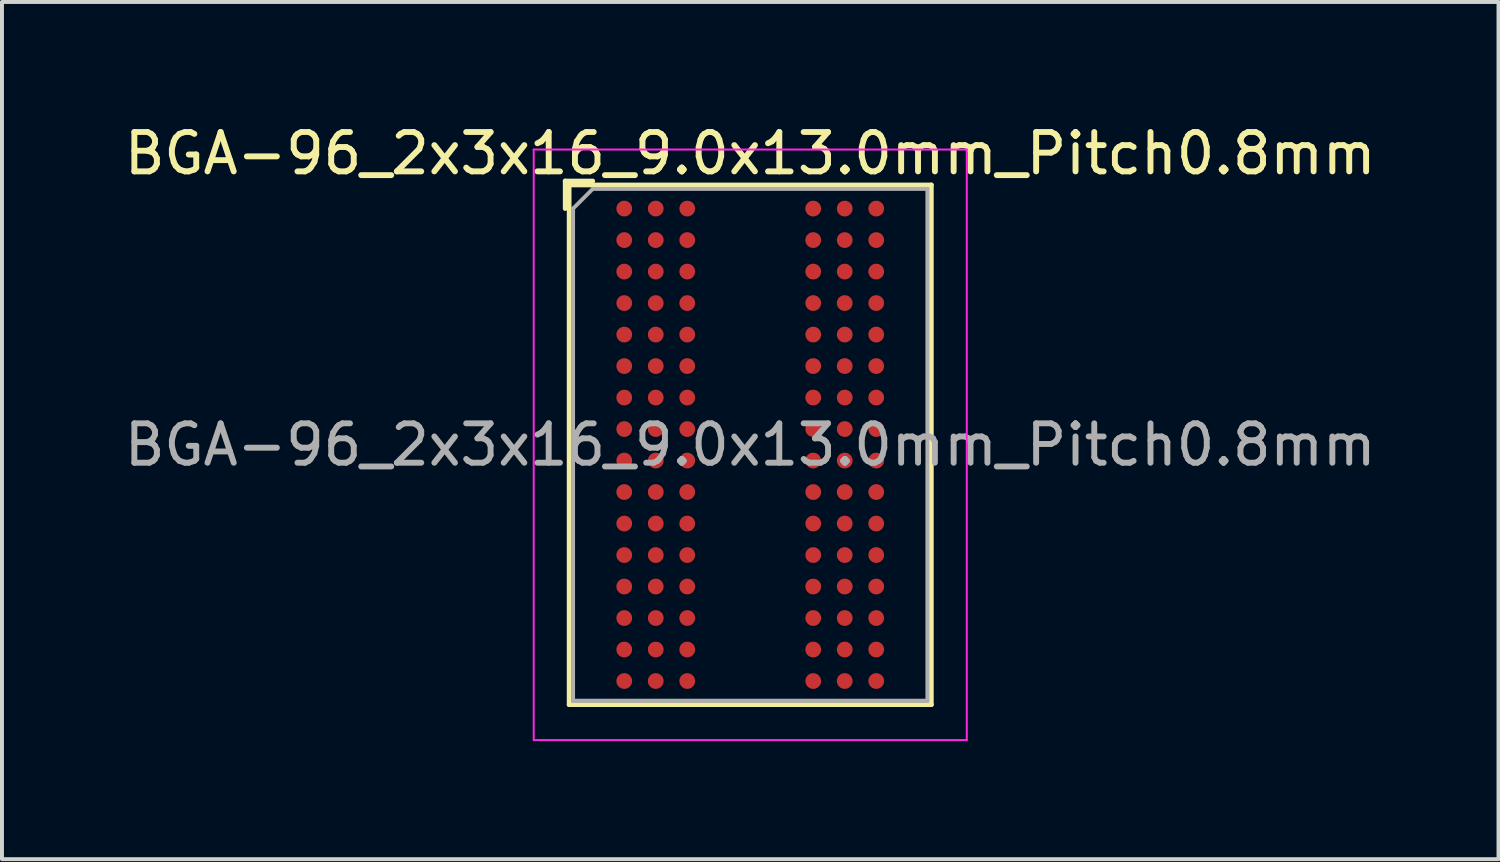
<source format=kicad_pcb>
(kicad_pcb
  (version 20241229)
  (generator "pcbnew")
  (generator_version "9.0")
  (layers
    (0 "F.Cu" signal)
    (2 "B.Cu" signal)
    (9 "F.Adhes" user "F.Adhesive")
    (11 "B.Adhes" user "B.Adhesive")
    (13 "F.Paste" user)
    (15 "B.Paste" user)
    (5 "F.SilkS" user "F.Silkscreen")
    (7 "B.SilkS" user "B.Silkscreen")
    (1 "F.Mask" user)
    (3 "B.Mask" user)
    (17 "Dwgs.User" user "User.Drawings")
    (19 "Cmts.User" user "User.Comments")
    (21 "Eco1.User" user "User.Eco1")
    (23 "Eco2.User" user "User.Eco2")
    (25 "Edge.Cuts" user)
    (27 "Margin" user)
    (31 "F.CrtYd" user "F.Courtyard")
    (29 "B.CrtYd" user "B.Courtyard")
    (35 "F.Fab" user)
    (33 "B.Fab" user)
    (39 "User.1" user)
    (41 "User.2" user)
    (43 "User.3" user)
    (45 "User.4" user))
  (footprint "BGA-96_2x3x16_9.0x13.0mm_Pitch0.8mm"
    (layer "F.Cu")
    (at 16.006 8.248)
    (property "Reference" "BGA-96_2x3x16_9.0x13.0mm_Pitch0.8mm" (at 0 -7.4 0) (layer "F.SilkS") (effects (font (size 1 1) (thickness 0.15))))
    (attr smd)
    (fp_line (start -4.7 -6.7) (end -4.7 -6) (stroke (width 0.12) (type solid)) (layer "F.SilkS"))
    (fp_line (start -4.6 -6.6) (end -4.6 6.6) (stroke (width 0.12) (type solid)) (layer "F.SilkS"))
    (fp_line (start -4.6 6.6) (end 4.6 6.6) (stroke (width 0.12) (type solid)) (layer "F.SilkS"))
    (fp_line (start -4 -6.7) (end -4.7 -6.7) (stroke (width 0.12) (type solid)) (layer "F.SilkS"))
    (fp_line (start 4.6 -6.6) (end -4.6 -6.6) (stroke (width 0.12) (type solid)) (layer "F.SilkS"))
    (fp_line (start 4.6 6.6) (end 4.6 -6.6) (stroke (width 0.12) (type solid)) (layer "F.SilkS"))
    (fp_line (start -5.5 -7.5) (end -5.5 7.5) (stroke (width 0.05) (type solid)) (layer "F.CrtYd"))
    (fp_line (start -5.5 -7.5) (end 5.5 -7.5) (stroke (width 0.05) (type solid)) (layer "F.CrtYd"))
    (fp_line (start 5.5 7.5) (end -5.5 7.5) (stroke (width 0.05) (type solid)) (layer "F.CrtYd"))
    (fp_line (start 5.5 7.5) (end 5.5 -7.5) (stroke (width 0.05) (type solid)) (layer "F.CrtYd"))
    (fp_line (start -4.5 -6) (end -4.5 6.5) (stroke (width 0.1) (type solid)) (layer "F.Fab"))
    (fp_line (start -4.5 6.5) (end 4.5 6.5) (stroke (width 0.1) (type solid)) (layer "F.Fab"))
    (fp_line (start -4 -6.5) (end -4.5 -6) (stroke (width 0.1) (type solid)) (layer "F.Fab"))
    (fp_line (start 4.5 -6.5) (end -4 -6.5) (stroke (width 0.1) (type solid)) (layer "F.Fab"))
    (fp_line (start 4.5 6.5) (end 4.5 -6.5) (stroke (width 0.1) (type solid)) (layer "F.Fab"))
    (fp_text user "${REFERENCE}" (at 0 0 0) (layer "F.Fab") (effects (font (size 1 1) (thickness 0.15))))
    (pad "A1" smd circle (at -3.2 -6) (size 0.4 0.4) (layers "F.Cu" "F.Mask" "F.Paste"))
    (pad "A2" smd circle (at -2.4 -6) (size 0.4 0.4) (layers "F.Cu" "F.Mask" "F.Paste"))
    (pad "A3" smd circle (at -1.6 -6) (size 0.4 0.4) (layers "F.Cu" "F.Mask" "F.Paste"))
    (pad "A7" smd circle (at 1.6 -6) (size 0.4 0.4) (layers "F.Cu" "F.Mask" "F.Paste"))
    (pad "A8" smd circle (at 2.4 -6) (size 0.4 0.4) (layers "F.Cu" "F.Mask" "F.Paste"))
    (pad "A9" smd circle (at 3.2 -6) (size 0.4 0.4) (layers "F.Cu" "F.Mask" "F.Paste"))
    (pad "B1" smd circle (at -3.2 -5.2) (size 0.4 0.4) (layers "F.Cu" "F.Mask" "F.Paste"))
    (pad "B2" smd circle (at -2.4 -5.2) (size 0.4 0.4) (layers "F.Cu" "F.Mask" "F.Paste"))
    (pad "B3" smd circle (at -1.6 -5.2) (size 0.4 0.4) (layers "F.Cu" "F.Mask" "F.Paste"))
    (pad "B7" smd circle (at 1.6 -5.2) (size 0.4 0.4) (layers "F.Cu" "F.Mask" "F.Paste"))
    (pad "B8" smd circle (at 2.4 -5.2) (size 0.4 0.4) (layers "F.Cu" "F.Mask" "F.Paste"))
    (pad "B9" smd circle (at 3.2 -5.2) (size 0.4 0.4) (layers "F.Cu" "F.Mask" "F.Paste"))
    (pad "C1" smd circle (at -3.2 -4.4) (size 0.4 0.4) (layers "F.Cu" "F.Mask" "F.Paste"))
    (pad "C2" smd circle (at -2.4 -4.4) (size 0.4 0.4) (layers "F.Cu" "F.Mask" "F.Paste"))
    (pad "C3" smd circle (at -1.6 -4.4) (size 0.4 0.4) (layers "F.Cu" "F.Mask" "F.Paste"))
    (pad "C7" smd circle (at 1.6 -4.4) (size 0.4 0.4) (layers "F.Cu" "F.Mask" "F.Paste"))
    (pad "C8" smd circle (at 2.4 -4.4) (size 0.4 0.4) (layers "F.Cu" "F.Mask" "F.Paste"))
    (pad "C9" smd circle (at 3.2 -4.4) (size 0.4 0.4) (layers "F.Cu" "F.Mask" "F.Paste"))
    (pad "D1" smd circle (at -3.2 -3.6) (size 0.4 0.4) (layers "F.Cu" "F.Mask" "F.Paste"))
    (pad "D2" smd circle (at -2.4 -3.6) (size 0.4 0.4) (layers "F.Cu" "F.Mask" "F.Paste"))
    (pad "D3" smd circle (at -1.6 -3.6) (size 0.4 0.4) (layers "F.Cu" "F.Mask" "F.Paste"))
    (pad "D7" smd circle (at 1.6 -3.6) (size 0.4 0.4) (layers "F.Cu" "F.Mask" "F.Paste"))
    (pad "D8" smd circle (at 2.4 -3.6) (size 0.4 0.4) (layers "F.Cu" "F.Mask" "F.Paste"))
    (pad "D9" smd circle (at 3.2 -3.6) (size 0.4 0.4) (layers "F.Cu" "F.Mask" "F.Paste"))
    (pad "E1" smd circle (at -3.2 -2.8) (size 0.4 0.4) (layers "F.Cu" "F.Mask" "F.Paste"))
    (pad "E2" smd circle (at -2.4 -2.8) (size 0.4 0.4) (layers "F.Cu" "F.Mask" "F.Paste"))
    (pad "E3" smd circle (at -1.6 -2.8) (size 0.4 0.4) (layers "F.Cu" "F.Mask" "F.Paste"))
    (pad "E7" smd circle (at 1.6 -2.8) (size 0.4 0.4) (layers "F.Cu" "F.Mask" "F.Paste"))
    (pad "E8" smd circle (at 2.4 -2.8) (size 0.4 0.4) (layers "F.Cu" "F.Mask" "F.Paste"))
    (pad "E9" smd circle (at 3.2 -2.8) (size 0.4 0.4) (layers "F.Cu" "F.Mask" "F.Paste"))
    (pad "F1" smd circle (at -3.2 -2) (size 0.4 0.4) (layers "F.Cu" "F.Mask" "F.Paste"))
    (pad "F2" smd circle (at -2.4 -2) (size 0.4 0.4) (layers "F.Cu" "F.Mask" "F.Paste"))
    (pad "F3" smd circle (at -1.6 -2) (size 0.4 0.4) (layers "F.Cu" "F.Mask" "F.Paste"))
    (pad "F7" smd circle (at 1.6 -2) (size 0.4 0.4) (layers "F.Cu" "F.Mask" "F.Paste"))
    (pad "F8" smd circle (at 2.4 -2) (size 0.4 0.4) (layers "F.Cu" "F.Mask" "F.Paste"))
    (pad "F9" smd circle (at 3.2 -2) (size 0.4 0.4) (layers "F.Cu" "F.Mask" "F.Paste"))
    (pad "G1" smd circle (at -3.2 -1.2) (size 0.4 0.4) (layers "F.Cu" "F.Mask" "F.Paste"))
    (pad "G2" smd circle (at -2.4 -1.2) (size 0.4 0.4) (layers "F.Cu" "F.Mask" "F.Paste"))
    (pad "G3" smd circle (at -1.6 -1.2) (size 0.4 0.4) (layers "F.Cu" "F.Mask" "F.Paste"))
    (pad "G7" smd circle (at 1.6 -1.2) (size 0.4 0.4) (layers "F.Cu" "F.Mask" "F.Paste"))
    (pad "G8" smd circle (at 2.4 -1.2) (size 0.4 0.4) (layers "F.Cu" "F.Mask" "F.Paste"))
    (pad "G9" smd circle (at 3.2 -1.2) (size 0.4 0.4) (layers "F.Cu" "F.Mask" "F.Paste"))
    (pad "H1" smd circle (at -3.2 -0.4) (size 0.4 0.4) (layers "F.Cu" "F.Mask" "F.Paste"))
    (pad "H2" smd circle (at -2.4 -0.4) (size 0.4 0.4) (layers "F.Cu" "F.Mask" "F.Paste"))
    (pad "H3" smd circle (at -1.6 -0.4) (size 0.4 0.4) (layers "F.Cu" "F.Mask" "F.Paste"))
    (pad "H7" smd circle (at 1.6 -0.4) (size 0.4 0.4) (layers "F.Cu" "F.Mask" "F.Paste"))
    (pad "H8" smd circle (at 2.4 -0.4) (size 0.4 0.4) (layers "F.Cu" "F.Mask" "F.Paste"))
    (pad "H9" smd circle (at 3.2 -0.4) (size 0.4 0.4) (layers "F.Cu" "F.Mask" "F.Paste"))
    (pad "J1" smd circle (at -3.2 0.4) (size 0.4 0.4) (layers "F.Cu" "F.Mask" "F.Paste"))
    (pad "J2" smd circle (at -2.4 0.4) (size 0.4 0.4) (layers "F.Cu" "F.Mask" "F.Paste"))
    (pad "J3" smd circle (at -1.6 0.4) (size 0.4 0.4) (layers "F.Cu" "F.Mask" "F.Paste"))
    (pad "J7" smd circle (at 1.6 0.4) (size 0.4 0.4) (layers "F.Cu" "F.Mask" "F.Paste"))
    (pad "J8" smd circle (at 2.4 0.4) (size 0.4 0.4) (layers "F.Cu" "F.Mask" "F.Paste"))
    (pad "J9" smd circle (at 3.2 0.4) (size 0.4 0.4) (layers "F.Cu" "F.Mask" "F.Paste"))
    (pad "K1" smd circle (at -3.2 1.2) (size 0.4 0.4) (layers "F.Cu" "F.Mask" "F.Paste"))
    (pad "K2" smd circle (at -2.4 1.2) (size 0.4 0.4) (layers "F.Cu" "F.Mask" "F.Paste"))
    (pad "K3" smd circle (at -1.6 1.2) (size 0.4 0.4) (layers "F.Cu" "F.Mask" "F.Paste"))
    (pad "K7" smd circle (at 1.6 1.2) (size 0.4 0.4) (layers "F.Cu" "F.Mask" "F.Paste"))
    (pad "K8" smd circle (at 2.4 1.2) (size 0.4 0.4) (layers "F.Cu" "F.Mask" "F.Paste"))
    (pad "K9" smd circle (at 3.2 1.2) (size 0.4 0.4) (layers "F.Cu" "F.Mask" "F.Paste"))
    (pad "L1" smd circle (at -3.2 2) (size 0.4 0.4) (layers "F.Cu" "F.Mask" "F.Paste"))
    (pad "L2" smd circle (at -2.4 2) (size 0.4 0.4) (layers "F.Cu" "F.Mask" "F.Paste"))
    (pad "L3" smd circle (at -1.6 2) (size 0.4 0.4) (layers "F.Cu" "F.Mask" "F.Paste"))
    (pad "L7" smd circle (at 1.6 2) (size 0.4 0.4) (layers "F.Cu" "F.Mask" "F.Paste"))
    (pad "L8" smd circle (at 2.4 2) (size 0.4 0.4) (layers "F.Cu" "F.Mask" "F.Paste"))
    (pad "L9" smd circle (at 3.2 2) (size 0.4 0.4) (layers "F.Cu" "F.Mask" "F.Paste"))
    (pad "M1" smd circle (at -3.2 2.8) (size 0.4 0.4) (layers "F.Cu" "F.Mask" "F.Paste"))
    (pad "M2" smd circle (at -2.4 2.8) (size 0.4 0.4) (layers "F.Cu" "F.Mask" "F.Paste"))
    (pad "M3" smd circle (at -1.6 2.8) (size 0.4 0.4) (layers "F.Cu" "F.Mask" "F.Paste"))
    (pad "M7" smd circle (at 1.6 2.8) (size 0.4 0.4) (layers "F.Cu" "F.Mask" "F.Paste"))
    (pad "M8" smd circle (at 2.4 2.8) (size 0.4 0.4) (layers "F.Cu" "F.Mask" "F.Paste"))
    (pad "M9" smd circle (at 3.2 2.8) (size 0.4 0.4) (layers "F.Cu" "F.Mask" "F.Paste"))
    (pad "N1" smd circle (at -3.2 3.6) (size 0.4 0.4) (layers "F.Cu" "F.Mask" "F.Paste"))
    (pad "N2" smd circle (at -2.4 3.6) (size 0.4 0.4) (layers "F.Cu" "F.Mask" "F.Paste"))
    (pad "N3" smd circle (at -1.6 3.6) (size 0.4 0.4) (layers "F.Cu" "F.Mask" "F.Paste"))
    (pad "N7" smd circle (at 1.6 3.6) (size 0.4 0.4) (layers "F.Cu" "F.Mask" "F.Paste"))
    (pad "N8" smd circle (at 2.4 3.6) (size 0.4 0.4) (layers "F.Cu" "F.Mask" "F.Paste"))
    (pad "N9" smd circle (at 3.2 3.6) (size 0.4 0.4) (layers "F.Cu" "F.Mask" "F.Paste"))
    (pad "P1" smd circle (at -3.2 4.4) (size 0.4 0.4) (layers "F.Cu" "F.Mask" "F.Paste"))
    (pad "P2" smd circle (at -2.4 4.4) (size 0.4 0.4) (layers "F.Cu" "F.Mask" "F.Paste"))
    (pad "P3" smd circle (at -1.6 4.4) (size 0.4 0.4) (layers "F.Cu" "F.Mask" "F.Paste"))
    (pad "P7" smd circle (at 1.6 4.4) (size 0.4 0.4) (layers "F.Cu" "F.Mask" "F.Paste"))
    (pad "P8" smd circle (at 2.4 4.4) (size 0.4 0.4) (layers "F.Cu" "F.Mask" "F.Paste"))
    (pad "P9" smd circle (at 3.2 4.4) (size 0.4 0.4) (layers "F.Cu" "F.Mask" "F.Paste"))
    (pad "R1" smd circle (at -3.2 5.2) (size 0.4 0.4) (layers "F.Cu" "F.Mask" "F.Paste"))
    (pad "R2" smd circle (at -2.4 5.2) (size 0.4 0.4) (layers "F.Cu" "F.Mask" "F.Paste"))
    (pad "R3" smd circle (at -1.6 5.2) (size 0.4 0.4) (layers "F.Cu" "F.Mask" "F.Paste"))
    (pad "R7" smd circle (at 1.6 5.2) (size 0.4 0.4) (layers "F.Cu" "F.Mask" "F.Paste"))
    (pad "R8" smd circle (at 2.4 5.2) (size 0.4 0.4) (layers "F.Cu" "F.Mask" "F.Paste"))
    (pad "R9" smd circle (at 3.2 5.2) (size 0.4 0.4) (layers "F.Cu" "F.Mask" "F.Paste"))
    (pad "T1" smd circle (at -3.2 6) (size 0.4 0.4) (layers "F.Cu" "F.Mask" "F.Paste"))
    (pad "T2" smd circle (at -2.4 6) (size 0.4 0.4) (layers "F.Cu" "F.Mask" "F.Paste"))
    (pad "T3" smd circle (at -1.6 6) (size 0.4 0.4) (layers "F.Cu" "F.Mask" "F.Paste"))
    (pad "T7" smd circle (at 1.6 6) (size 0.4 0.4) (layers "F.Cu" "F.Mask" "F.Paste"))
    (pad "T8" smd circle (at 2.4 6) (size 0.4 0.4) (layers "F.Cu" "F.Mask" "F.Paste"))
    (pad "T9" smd circle (at 3.2 6) (size 0.4 0.4) (layers "F.Cu" "F.Mask" "F.Paste")))
  (gr_rect
    (start -3 -3)
    (end 35.012 18.773)
    (stroke (width 0.1) (type default))
    (fill no)
    (layer "Edge.Cuts")))
</source>
